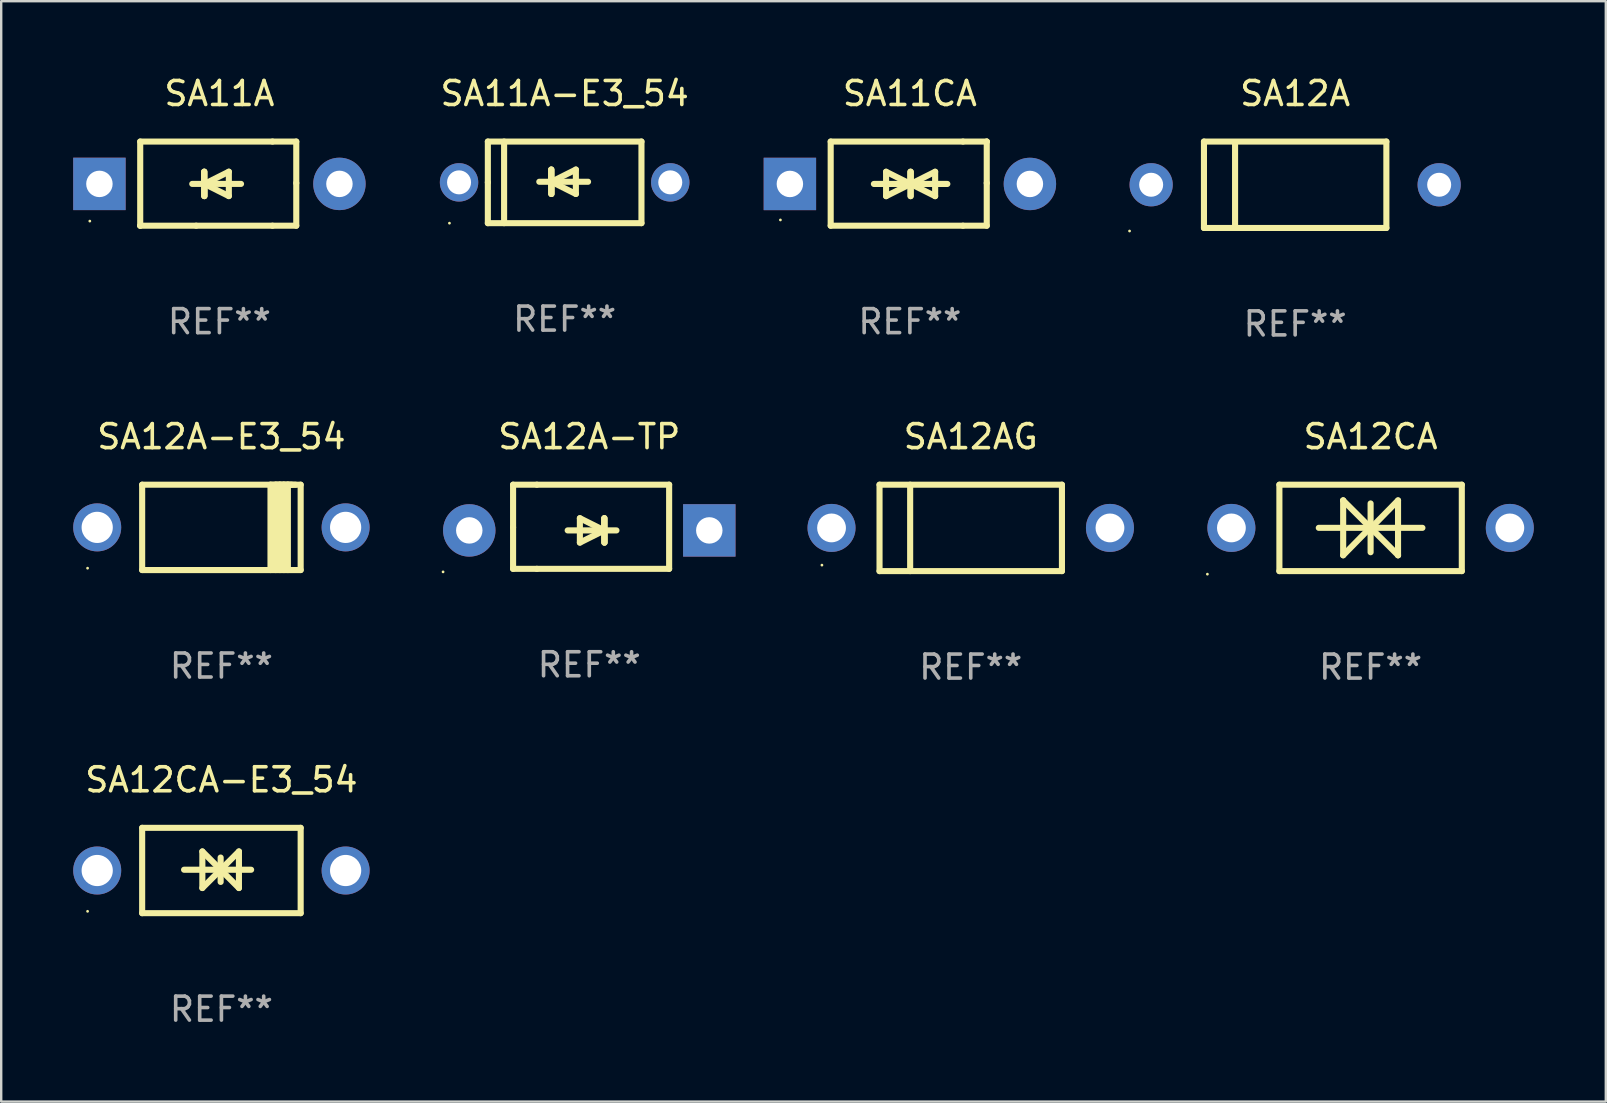
<source format=kicad_pcb>
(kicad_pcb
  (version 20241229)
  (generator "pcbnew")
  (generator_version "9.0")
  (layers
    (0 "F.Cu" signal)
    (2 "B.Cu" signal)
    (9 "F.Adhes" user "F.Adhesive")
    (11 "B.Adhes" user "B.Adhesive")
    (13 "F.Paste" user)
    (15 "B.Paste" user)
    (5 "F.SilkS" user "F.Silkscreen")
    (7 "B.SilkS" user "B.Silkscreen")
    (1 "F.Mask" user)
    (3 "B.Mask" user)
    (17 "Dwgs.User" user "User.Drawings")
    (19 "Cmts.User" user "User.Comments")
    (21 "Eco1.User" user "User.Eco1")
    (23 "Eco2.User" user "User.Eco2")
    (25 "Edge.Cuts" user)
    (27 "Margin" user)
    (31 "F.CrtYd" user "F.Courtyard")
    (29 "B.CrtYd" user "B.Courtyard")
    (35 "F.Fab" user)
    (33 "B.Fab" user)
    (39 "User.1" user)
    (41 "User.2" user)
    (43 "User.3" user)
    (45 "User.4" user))
  (footprint "SA11A"
    (layer "F.Cu")
    (at 6.092 4.601)
    (property "Reference" "SA11A" (at 0 -3.753 0) (layer "F.SilkS") (effects (font (size 1 1) (thickness 0.15))))
    (attr through_hole)
    (fp_line (start -3.3 -1.753) (end 2.212 -1.753) (stroke (width 0.254) (type solid)) (layer "F.SilkS"))
    (fp_line (start -3.3 1.753) (end -3.3 -1.753) (stroke (width 0.254) (type solid)) (layer "F.SilkS"))
    (fp_line (start -3.3 1.753) (end -3.3 1.753) (stroke (width 0.254) (type solid)) (layer "F.SilkS"))
    (fp_line (start -0.968 1.753) (end -3.3 1.753) (stroke (width 0.254) (type solid)) (layer "F.SilkS"))
    (fp_line (start -0.636 -0.497) (end -0.636 0.519) (stroke (width 0.254) (type solid)) (layer "F.SilkS"))
    (fp_line (start -0.636 0.011) (end -0.636 -0.497) (stroke (width 0.254) (type solid)) (layer "F.SilkS"))
    (fp_line (start -0.624 0.011) (end -0.624 0.519) (stroke (width 0.254) (type solid)) (layer "F.SilkS"))
    (fp_line (start -0.624 0.011) (end 0.392 0.519) (stroke (width 0.254) (type solid)) (layer "F.SilkS"))
    (fp_line (start -0.624 0.519) (end -0.624 -0.497) (stroke (width 0.254) (type solid)) (layer "F.SilkS"))
    (fp_line (start 0.392 -0.497) (end -0.624 0.011) (stroke (width 0.254) (type solid)) (layer "F.SilkS"))
    (fp_line (start 0.392 0.519) (end 0.392 -0.497) (stroke (width 0.254) (type solid)) (layer "F.SilkS"))
    (fp_line (start 0.9 0.011) (end -1.132 0.011) (stroke (width 0.254) (type solid)) (layer "F.SilkS"))
    (fp_line (start 2.212 -1.753) (end 3.202 -1.753) (stroke (width 0.254) (type solid)) (layer "F.SilkS"))
    (fp_line (start 2.212 1.753) (end -0.968 1.753) (stroke (width 0.254) (type solid)) (layer "F.SilkS"))
    (fp_line (start 3.202 -1.753) (end 3.202 -0.025) (stroke (width 0.254) (type solid)) (layer "F.SilkS"))
    (fp_line (start 3.202 -0.025) (end 3.202 1.753) (stroke (width 0.254) (type solid)) (layer "F.SilkS"))
    (fp_line (start 3.202 1.753) (end 2.212 1.753) (stroke (width 0.254) (type solid)) (layer "F.SilkS"))
    (fp_circle (center -5.4 1.561) (end -5.37 1.561) (stroke (width 0.06) (type solid)) (fill no) (layer "F.SilkS"))
    (fp_text user "REF**" (at 0 5.753 0) (layer "F.Fab") (effects (font (size 1 1) (thickness 0.15))))
    (pad "1" thru_hole rect (at -5 0.011 180) (size 2.184 2.184) (drill 1.102) (layers "*.Cu" "*.Mask"))
    (pad "2" thru_hole circle (at 5 0.011) (size 2.184 2.184) (drill 1.102) (layers "*.Cu" "*.Mask")))
  (footprint "SA12A-E3_54"
    (layer "F.Cu")
    (at 6.175 18.923)
    (property "Reference" "SA12A-E3_54" (at 0 -3.778 0) (layer "F.SilkS") (effects (font (size 1 1) (thickness 0.15))))
    (attr through_hole)
    (fp_line (start -3.302 -1.778) (end -3.302 1.778) (stroke (width 0.254) (type solid)) (layer "F.SilkS"))
    (fp_line (start -3.302 1.778) (end 3.302 1.778) (stroke (width 0.254) (type solid)) (layer "F.SilkS"))
    (fp_line (start 2.045 -1.778) (end 2.045 1.778) (stroke (width 0.254) (type solid)) (layer "F.SilkS"))
    (fp_line (start 2.261 -1.778) (end 2.261 1.778) (stroke (width 0.254) (type solid)) (layer "F.SilkS"))
    (fp_line (start 2.421 -1.778) (end 2.045 -1.778) (stroke (width 0.254) (type solid)) (layer "F.SilkS"))
    (fp_line (start 2.439 -1.778) (end 2.439 1.778) (stroke (width 0.254) (type solid)) (layer "F.SilkS"))
    (fp_line (start 2.579 -1.778) (end 2.261 -1.778) (stroke (width 0.254) (type solid)) (layer "F.SilkS"))
    (fp_line (start 2.604 -1.778) (end 2.604 1.778) (stroke (width 0.254) (type solid)) (layer "F.SilkS"))
    (fp_line (start 2.757 -1.778) (end 2.439 -1.778) (stroke (width 0.254) (type solid)) (layer "F.SilkS"))
    (fp_line (start 2.769 -1.778) (end 2.769 1.778) (stroke (width 0.254) (type solid)) (layer "F.SilkS"))
    (fp_line (start 2.922 -1.778) (end 2.604 -1.778) (stroke (width 0.254) (type solid)) (layer "F.SilkS"))
    (fp_line (start 3.087 -1.778) (end 2.769 -1.778) (stroke (width 0.254) (type solid)) (layer "F.SilkS"))
    (fp_line (start 3.302 -1.778) (end -3.302 -1.778) (stroke (width 0.254) (type solid)) (layer "F.SilkS"))
    (fp_line (start 3.302 1.778) (end 3.302 -1.778) (stroke (width 0.254) (type solid)) (layer "F.SilkS"))
    (fp_circle (center -5.576 1.7) (end -5.546 1.7) (stroke (width 0.06) (type solid)) (fill no) (layer "F.SilkS"))
    (fp_text user "REF**" (at 0 5.778 0) (layer "F.Fab") (effects (font (size 1 1) (thickness 0.15))))
    (pad "1" thru_hole circle (at -5.175 0) (size 2 2) (drill 1.3) (layers "*.Cu" "*.Mask"))
    (pad "2" thru_hole circle (at 5.175 0) (size 2 2) (drill 1.3) (layers "*.Cu" "*.Mask")))
  (footprint "SA12A-TP"
    (layer "F.Cu")
    (at 21.502 18.897)
    (property "Reference" "SA12A-TP" (at 0 -3.753 0) (layer "F.SilkS") (effects (font (size 1 1) (thickness 0.15))))
    (attr through_hole)
    (fp_line (start -3.175 -1.753) (end -2.184 -1.753) (stroke (width 0.254) (type solid)) (layer "F.SilkS"))
    (fp_line (start -3.175 0.025) (end -3.175 -1.753) (stroke (width 0.254) (type solid)) (layer "F.SilkS"))
    (fp_line (start -3.175 1.753) (end -3.175 0.025) (stroke (width 0.254) (type solid)) (layer "F.SilkS"))
    (fp_line (start -2.184 -1.753) (end 3.327 -1.753) (stroke (width 0.254) (type solid)) (layer "F.SilkS"))
    (fp_line (start -2.184 1.753) (end -3.175 1.753) (stroke (width 0.254) (type solid)) (layer "F.SilkS"))
    (fp_line (start -0.9 0.152) (end 1.132 0.152) (stroke (width 0.254) (type solid)) (layer "F.SilkS"))
    (fp_line (start -0.392 -0.356) (end -0.392 0.66) (stroke (width 0.254) (type solid)) (layer "F.SilkS"))
    (fp_line (start -0.392 0.66) (end 0.624 0.152) (stroke (width 0.254) (type solid)) (layer "F.SilkS"))
    (fp_line (start 0.624 -0.356) (end 0.624 0.66) (stroke (width 0.254) (type solid)) (layer "F.SilkS"))
    (fp_line (start 0.624 0.152) (end -0.392 -0.356) (stroke (width 0.254) (type solid)) (layer "F.SilkS"))
    (fp_line (start 0.624 0.152) (end 0.624 -0.356) (stroke (width 0.254) (type solid)) (layer "F.SilkS"))
    (fp_line (start 0.636 0.152) (end 0.636 0.66) (stroke (width 0.254) (type solid)) (layer "F.SilkS"))
    (fp_line (start 0.636 0.66) (end 0.636 -0.356) (stroke (width 0.254) (type solid)) (layer "F.SilkS"))
    (fp_line (start 3.327 -1.753) (end 3.327 1.753) (stroke (width 0.254) (type solid)) (layer "F.SilkS"))
    (fp_line (start 3.327 1.753) (end -2.184 1.753) (stroke (width 0.254) (type solid)) (layer "F.SilkS"))
    (fp_circle (center -6.092 1.88) (end -6.062 1.88) (stroke (width 0.06) (type solid)) (fill no) (layer "F.SilkS"))
    (fp_text user "REF**" (at 0 5.753 0) (layer "F.Fab") (effects (font (size 1 1) (thickness 0.15))))
    (pad "1" thru_hole circle (at -5 0.152) (size 2.184 2.184) (drill 1.102) (layers "*.Cu" "*.Mask"))
    (pad "2" thru_hole rect (at 5 0.152) (size 2.184 2.184) (drill 1.102) (layers "*.Cu" "*.Mask")))
  (footprint "SA12AG"
    (layer "F.Cu")
    (at 37.395 18.945)
    (property "Reference" "SA12AG" (at 0 -3.8 0) (layer "F.SilkS") (effects (font (size 1 1) (thickness 0.15))))
    (attr through_hole)
    (fp_line (start -3.8 -1.8) (end -3.8 1.8) (stroke (width 0.254) (type solid)) (layer "F.SilkS"))
    (fp_line (start -3.8 -1.8) (end 3.8 -1.8) (stroke (width 0.254) (type solid)) (layer "F.SilkS"))
    (fp_line (start -3.8 1.8) (end 3.8 1.8) (stroke (width 0.254) (type solid)) (layer "F.SilkS"))
    (fp_line (start -2.524 -1.8) (end -2.524 1.8) (stroke (width 0.254) (type solid)) (layer "F.SilkS"))
    (fp_line (start 3.8 -1.8) (end 3.8 1.8) (stroke (width 0.254) (type solid)) (layer "F.SilkS"))
    (fp_circle (center -6.2 1.55) (end -6.17 1.55) (stroke (width 0.06) (type solid)) (fill no) (layer "F.SilkS"))
    (fp_text user "REF**" (at 0 5.8 0) (layer "F.Fab") (effects (font (size 1 1) (thickness 0.15))))
    (pad "1" thru_hole circle (at -5.8 0) (size 2 2) (drill 1.2) (layers "*.Cu" "*.Mask"))
    (pad "2" thru_hole circle (at 5.8 0) (size 2 2) (drill 1.2) (layers "*.Cu" "*.Mask")))
  (footprint "SA12CA-E3_54"
    (layer "F.Cu")
    (at 6.175 33.219)
    (property "Reference" "SA12CA-E3_54" (at 0 -3.778 0) (layer "F.SilkS") (effects (font (size 1 1) (thickness 0.15))))
    (attr through_hole)
    (fp_line (start -3.302 -1.778) (end -3.302 1.778) (stroke (width 0.254) (type solid)) (layer "F.SilkS"))
    (fp_line (start -3.302 1.778) (end 3.302 1.778) (stroke (width 0.254) (type solid)) (layer "F.SilkS"))
    (fp_line (start -1.556 -0.032) (end 1.238 -0.032) (stroke (width 0.254) (type solid)) (layer "F.SilkS"))
    (fp_line (start -0.794 -0.794) (end 0.73 0.73) (stroke (width 0.254) (type solid)) (layer "F.SilkS"))
    (fp_line (start -0.794 0.73) (end -0.794 -0.794) (stroke (width 0.254) (type solid)) (layer "F.SilkS"))
    (fp_line (start -0.032 -0.54) (end -0.032 0.476) (stroke (width 0.254) (type solid)) (layer "F.SilkS"))
    (fp_line (start 0.73 -0.794) (end -0.794 0.73) (stroke (width 0.254) (type solid)) (layer "F.SilkS"))
    (fp_line (start 0.73 0.73) (end 0.73 -0.794) (stroke (width 0.254) (type solid)) (layer "F.SilkS"))
    (fp_line (start 3.302 -1.778) (end -3.302 -1.778) (stroke (width 0.254) (type solid)) (layer "F.SilkS"))
    (fp_line (start 3.302 1.778) (end 3.302 -1.778) (stroke (width 0.254) (type solid)) (layer "F.SilkS"))
    (fp_circle (center -5.576 1.7) (end -5.546 1.7) (stroke (width 0.06) (type solid)) (fill no) (layer "F.SilkS"))
    (fp_text user "REF**" (at 0 5.778 0) (layer "F.Fab") (effects (font (size 1 1) (thickness 0.15))))
    (pad "1" thru_hole circle (at -5.175 0) (size 2 2) (drill 1.3) (layers "*.Cu" "*.Mask"))
    (pad "2" thru_hole circle (at 5.175 0) (size 2 2) (drill 1.3) (layers "*.Cu" "*.Mask")))
  (footprint "SA11CA"
    (layer "F.Cu")
    (at 34.86 4.601)
    (property "Reference" "SA11CA" (at 0 -3.753 0) (layer "F.SilkS") (effects (font (size 1 1) (thickness 0.15))))
    (attr through_hole)
    (fp_line (start -3.3 -1.753) (end 2.212 -1.753) (stroke (width 0.254) (type solid)) (layer "F.SilkS"))
    (fp_line (start -3.3 1.753) (end -3.3 -1.753) (stroke (width 0.254) (type solid)) (layer "F.SilkS"))
    (fp_line (start -1.5 0.013) (end 0.532 0.013) (stroke (width 0.254) (type solid)) (layer "F.SilkS"))
    (fp_line (start -0.992 -0.495) (end -0.992 0.521) (stroke (width 0.254) (type solid)) (layer "F.SilkS"))
    (fp_line (start -0.992 0.521) (end 0.024 0.013) (stroke (width 0.254) (type solid)) (layer "F.SilkS"))
    (fp_line (start 0.024 -0.495) (end 0.024 0.521) (stroke (width 0.254) (type solid)) (layer "F.SilkS"))
    (fp_line (start 0.024 0.013) (end -0.992 -0.495) (stroke (width 0.254) (type solid)) (layer "F.SilkS"))
    (fp_line (start 0.024 0.013) (end 0.024 -0.495) (stroke (width 0.254) (type solid)) (layer "F.SilkS"))
    (fp_line (start 0.036 0.013) (end 1.052 0.521) (stroke (width 0.254) (type solid)) (layer "F.SilkS"))
    (fp_line (start 0.036 0.521) (end 0.036 -0.495) (stroke (width 0.254) (type solid)) (layer "F.SilkS"))
    (fp_line (start 1.052 -0.495) (end 0.036 0.013) (stroke (width 0.254) (type solid)) (layer "F.SilkS"))
    (fp_line (start 1.052 0.521) (end 1.052 -0.495) (stroke (width 0.254) (type solid)) (layer "F.SilkS"))
    (fp_line (start 1.56 0.013) (end -0.472 0.013) (stroke (width 0.254) (type solid)) (layer "F.SilkS"))
    (fp_line (start 2.212 -1.753) (end 3.202 -1.753) (stroke (width 0.254) (type solid)) (layer "F.SilkS"))
    (fp_line (start 2.212 1.753) (end -3.3 1.753) (stroke (width 0.254) (type solid)) (layer "F.SilkS"))
    (fp_line (start 3.202 -1.753) (end 3.202 -1.753) (stroke (width 0.254) (type solid)) (layer "F.SilkS"))
    (fp_line (start 3.202 -1.753) (end 3.202 -0.025) (stroke (width 0.254) (type solid)) (layer "F.SilkS"))
    (fp_line (start 3.202 -0.025) (end 3.202 1.753) (stroke (width 0.254) (type solid)) (layer "F.SilkS"))
    (fp_line (start 3.202 1.753) (end 2.212 1.753) (stroke (width 0.254) (type solid)) (layer "F.SilkS"))
    (fp_circle (center -5.395 1.513) (end -5.365 1.513) (stroke (width 0.06) (type solid)) (fill no) (layer "F.SilkS"))
    (fp_text user "REF**" (at 0 5.753 0) (layer "F.Fab") (effects (font (size 1 1) (thickness 0.15))))
    (pad "1" thru_hole rect (at -5 0.013 180) (size 2.184 2.184) (drill 1.102) (layers "*.Cu" "*.Mask"))
    (pad "2" thru_hole circle (at 5 0.013) (size 2.184 2.184) (drill 1.102) (layers "*.Cu" "*.Mask")))
  (footprint "SA12CA"
    (layer "F.Cu")
    (at 54.055 18.945)
    (property "Reference" "SA12CA" (at 0 -3.8 0) (layer "F.SilkS") (effects (font (size 1 1) (thickness 0.15))))
    (attr through_hole)
    (fp_line (start -3.8 -1.8) (end -3.8 1.8) (stroke (width 0.254) (type solid)) (layer "F.SilkS"))
    (fp_line (start -3.8 -1.8) (end 3.8 -1.8) (stroke (width 0.254) (type solid)) (layer "F.SilkS"))
    (fp_line (start -3.8 1.8) (end 3.8 1.8) (stroke (width 0.254) (type solid)) (layer "F.SilkS"))
    (fp_line (start -2.159 -0.003) (end 2.159 -0.003) (stroke (width 0.254) (type solid)) (layer "F.SilkS"))
    (fp_line (start -1.143 -1.146) (end -1.143 1.14) (stroke (width 0.254) (type solid)) (layer "F.SilkS"))
    (fp_line (start -1.143 -1.143) (end -1.143 -1.146) (stroke (width 0.254) (type solid)) (layer "F.SilkS"))
    (fp_line (start 0 -1.019) (end 0 1.013) (stroke (width 0.254) (type solid)) (layer "F.SilkS"))
    (fp_line (start 0 -0.026) (end -1.143 1.14) (stroke (width 0.254) (type solid)) (layer "F.SilkS"))
    (fp_line (start 0 -0.006) (end 1.143 1.137) (stroke (width 0.254) (type solid)) (layer "F.SilkS"))
    (fp_line (start 0 0) (end -1.143 -1.143) (stroke (width 0.254) (type solid)) (layer "F.SilkS"))
    (fp_line (start 0 0.02) (end 1.143 -1.146) (stroke (width 0.254) (type solid)) (layer "F.SilkS"))
    (fp_line (start 1.143 1.137) (end 1.143 1.14) (stroke (width 0.254) (type solid)) (layer "F.SilkS"))
    (fp_line (start 1.143 1.14) (end 1.143 -1.146) (stroke (width 0.254) (type solid)) (layer "F.SilkS"))
    (fp_line (start 3.8 -1.8) (end 3.8 1.8) (stroke (width 0.254) (type solid)) (layer "F.SilkS"))
    (fp_circle (center -6.8 1.927) (end -6.77 1.927) (stroke (width 0.06) (type solid)) (fill no) (layer "F.SilkS"))
    (fp_text user "REF**" (at 0 5.8 0) (layer "F.Fab") (effects (font (size 1 1) (thickness 0.15))))
    (pad "1" thru_hole circle (at -5.8 0) (size 2 2) (drill 1.2) (layers "*.Cu" "*.Mask"))
    (pad "2" thru_hole circle (at 5.8 0) (size 2 2) (drill 1.2) (layers "*.Cu" "*.Mask")))
  (footprint "SA12A"
    (layer "F.Cu")
    (at 50.912 4.648)
    (property "Reference" "SA12A" (at 0 -3.8 0) (layer "F.SilkS") (effects (font (size 1 1) (thickness 0.15))))
    (attr through_hole)
    (fp_line (start -3.8 -1.8) (end -3.8 1.8) (stroke (width 0.254) (type solid)) (layer "F.SilkS"))
    (fp_line (start -3.8 1.8) (end 3.8 1.8) (stroke (width 0.254) (type solid)) (layer "F.SilkS"))
    (fp_line (start -3.8 -1.8) (end 3.8 -1.8) (stroke (width 0.254) (type solid)) (layer "F.SilkS"))
    (fp_line (start -2.504 -1.7) (end -2.504 1.7) (stroke (width 0.254) (type solid)) (layer "F.SilkS"))
    (fp_line (start 3.8 -1.8) (end 3.8 1.8) (stroke (width 0.254) (type solid)) (layer "F.SilkS"))
    (fp_circle (center -6.9 1.927) (end -6.87 1.927) (stroke (width 0.06) (type solid)) (fill no) (layer "F.SilkS"))
    (fp_text user "REF**" (at 0 5.8 0) (layer "F.Fab") (effects (font (size 1 1) (thickness 0.15))))
    (pad "1" thru_hole circle (at -6 0) (size 1.8 1.8) (drill 1) (layers "*.Cu" "*.Mask"))
    (pad "2" thru_hole circle (at 6 0) (size 1.8 1.8) (drill 1) (layers "*.Cu" "*.Mask")))
  (footprint "SA11A-E3_54"
    (layer "F.Cu")
    (at 20.476 4.548)
    (property "Reference" "SA11A-E3_54" (at 0 -3.7 0) (layer "F.SilkS") (effects (font (size 1 1) (thickness 0.15))))
    (attr through_hole)
    (fp_line (start -3.2 -1.7) (end 3.2 -1.7) (stroke (width 0.254) (type solid)) (layer "F.SilkS"))
    (fp_line (start -3.2 0) (end -3.2 -1.7) (stroke (width 0.254) (type solid)) (layer "F.SilkS"))
    (fp_line (start -3.2 1.7) (end -3.2 0) (stroke (width 0.254) (type solid)) (layer "F.SilkS"))
    (fp_line (start -2.523 -1.7) (end -2.523 1.7) (stroke (width 0.254) (type solid)) (layer "F.SilkS"))
    (fp_line (start -0.561 -0.533) (end -0.561 0.483) (stroke (width 0.254) (type solid)) (layer "F.SilkS"))
    (fp_line (start -0.561 -0.025) (end -0.561 -0.533) (stroke (width 0.254) (type solid)) (layer "F.SilkS"))
    (fp_line (start -0.549 -0.025) (end -0.549 0.483) (stroke (width 0.254) (type solid)) (layer "F.SilkS"))
    (fp_line (start -0.549 -0.025) (end 0.467 0.483) (stroke (width 0.254) (type solid)) (layer "F.SilkS"))
    (fp_line (start -0.549 0.483) (end -0.549 -0.533) (stroke (width 0.254) (type solid)) (layer "F.SilkS"))
    (fp_line (start 0.467 -0.533) (end -0.549 -0.025) (stroke (width 0.254) (type solid)) (layer "F.SilkS"))
    (fp_line (start 0.467 0.483) (end 0.467 -0.533) (stroke (width 0.254) (type solid)) (layer "F.SilkS"))
    (fp_line (start 0.975 -0.025) (end -1.057 -0.025) (stroke (width 0.254) (type solid)) (layer "F.SilkS"))
    (fp_line (start 3.2 -1.7) (end 3.2 1.7) (stroke (width 0.254) (type solid)) (layer "F.SilkS"))
    (fp_line (start 3.2 1.7) (end -3.2 1.7) (stroke (width 0.254) (type solid)) (layer "F.SilkS"))
    (fp_circle (center -4.8 1.7) (end -4.77 1.7) (stroke (width 0.06) (type solid)) (fill no) (layer "F.SilkS"))
    (fp_text user "REF**" (at 0 5.7 0) (layer "F.Fab") (effects (font (size 1 1) (thickness 0.15))))
    (pad "1" thru_hole circle (at -4.4 0) (size 1.6 1.6) (drill 1) (layers "*.Cu" "*.Mask"))
    (pad "2" thru_hole circle (at 4.4 0) (size 1.6 1.6) (drill 1) (layers "*.Cu" "*.Mask")))
  (gr_rect
    (start -3 -3)
    (end 63.855 42.846)
    (stroke (width 0.1) (type default))
    (fill no)
    (layer "Edge.Cuts")))
</source>
